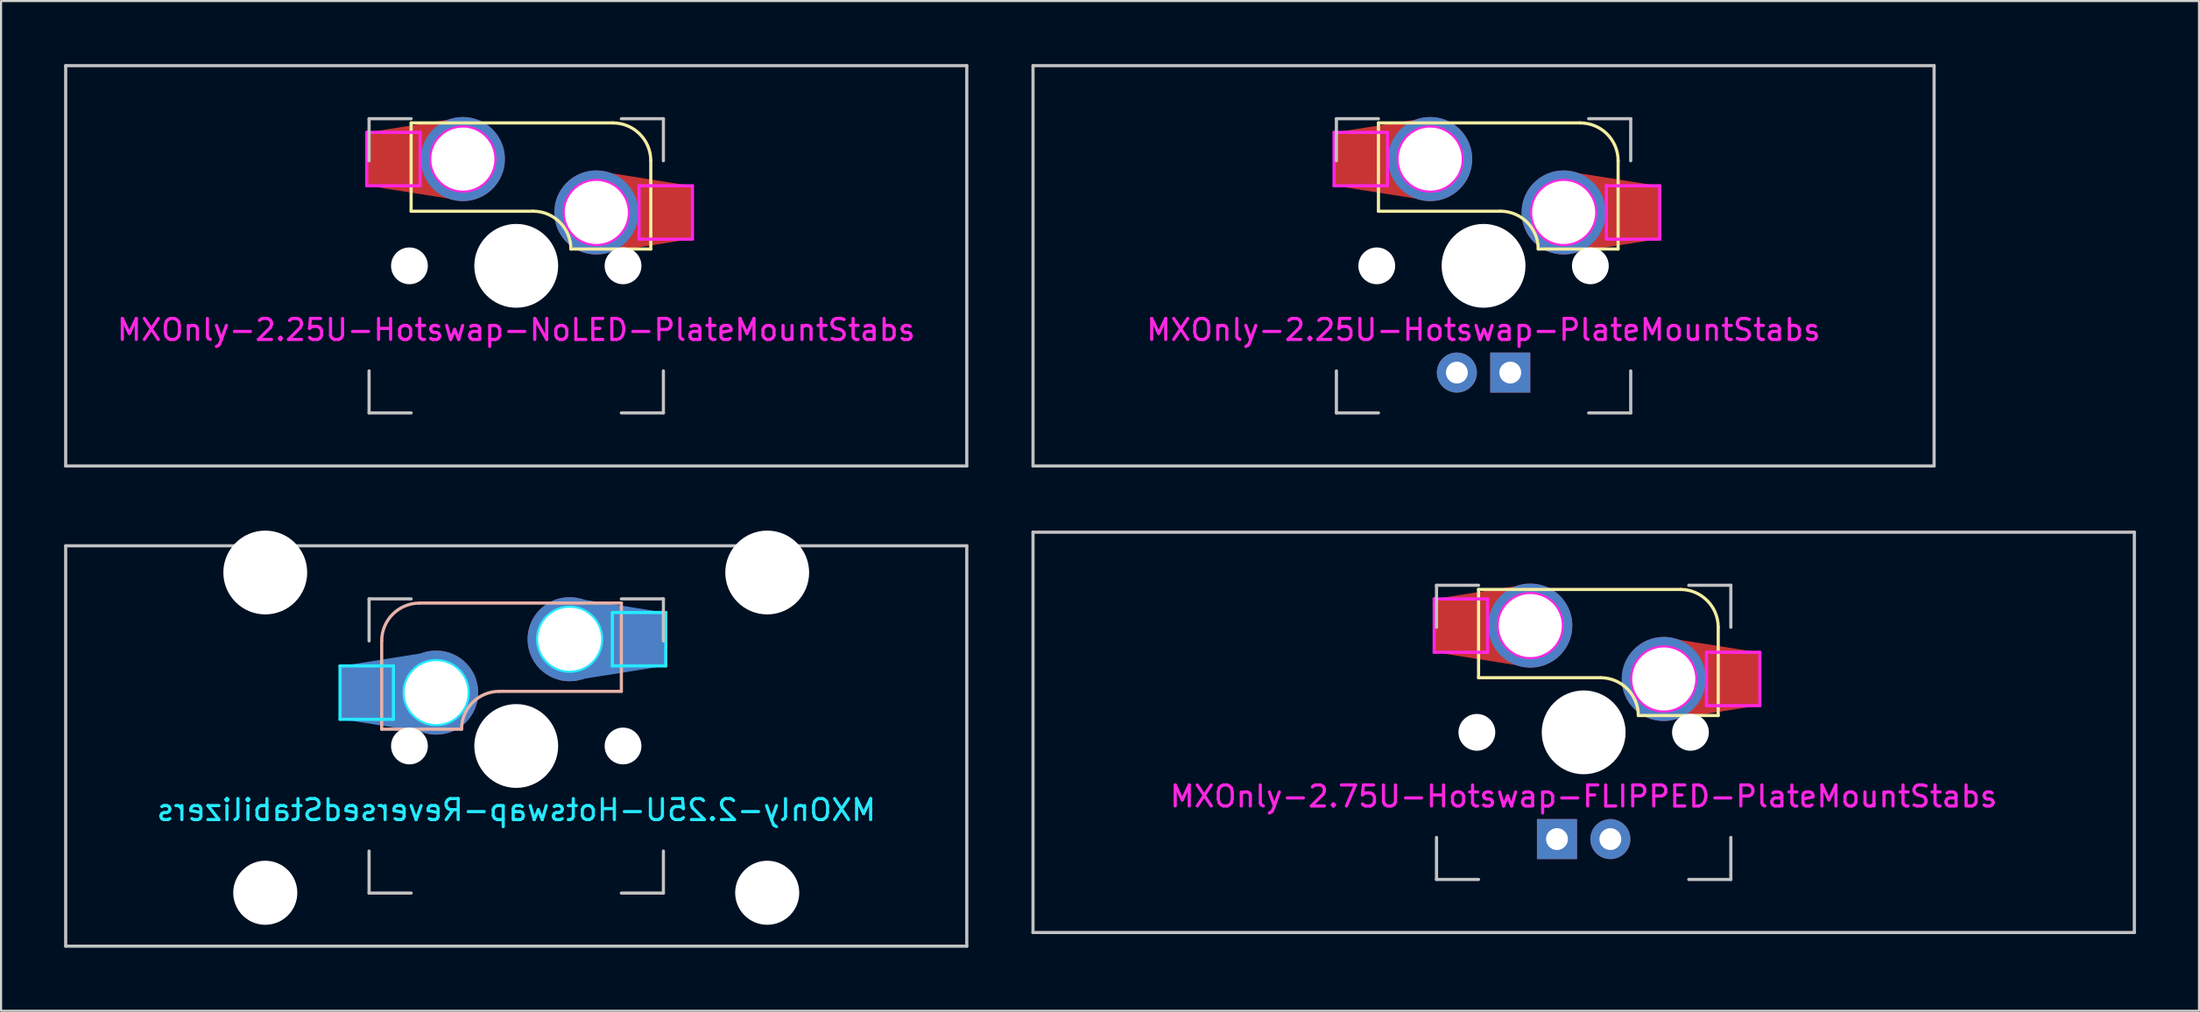
<source format=kicad_pcb>
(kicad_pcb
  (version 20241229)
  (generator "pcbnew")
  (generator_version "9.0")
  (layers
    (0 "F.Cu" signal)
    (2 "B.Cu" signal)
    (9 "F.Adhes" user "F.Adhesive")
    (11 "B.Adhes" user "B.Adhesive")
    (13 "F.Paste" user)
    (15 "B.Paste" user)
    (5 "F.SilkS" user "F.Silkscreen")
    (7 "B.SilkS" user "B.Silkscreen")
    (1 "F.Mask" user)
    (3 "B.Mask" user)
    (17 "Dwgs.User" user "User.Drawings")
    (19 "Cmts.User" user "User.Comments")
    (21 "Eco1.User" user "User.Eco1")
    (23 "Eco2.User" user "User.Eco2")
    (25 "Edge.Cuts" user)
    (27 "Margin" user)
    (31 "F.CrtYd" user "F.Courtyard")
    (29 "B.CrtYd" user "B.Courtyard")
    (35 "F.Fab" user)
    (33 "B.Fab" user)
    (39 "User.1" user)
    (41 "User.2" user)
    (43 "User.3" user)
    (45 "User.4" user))
  (footprint "MXOnly-2.75U-Hotswap-FLIPPED-PlateMountStabs"
    (layer "F.Cu")
    (at 72.281 31.8)
    (property "Reference" "MXOnly-2.75U-Hotswap-FLIPPED-PlateMountStabs" (at 0 3.048 180) (layer "F.CrtYd") (effects (font (size 1 1) (thickness 0.15))))
    (attr smd)
    (fp_line (start -5 -6.8) (end 4.6 -6.8) (stroke (width 0.15) (type solid)) (layer "F.SilkS"))
    (fp_line (start -5 -2.6) (end -5 -6.8) (stroke (width 0.15) (type solid)) (layer "F.SilkS"))
    (fp_line (start 0.8 -2.6) (end -5 -2.6) (stroke (width 0.15) (type solid)) (layer "F.SilkS"))
    (fp_line (start 6.4 -5) (end 6.4 -0.8) (stroke (width 0.15) (type solid)) (layer "F.SilkS"))
    (fp_line (start 6.4 -0.8) (end 2.6 -0.8) (stroke (width 0.15) (type solid)) (layer "F.SilkS"))
    (fp_arc (start 0.8 -2.6) (mid 2.072792 -2.072792) (end 2.6 -0.8) (stroke (width 0.15) (type solid)) (layer "F.SilkS"))
    (fp_arc (start 4.6 -6.8) (mid 5.872792 -6.272792) (end 6.4 -5) (stroke (width 0.15) (type solid)) (layer "F.SilkS"))
    (fp_poly (pts (xy -5.08 -3.493) (xy -7.112 -3.81) (xy -7.112 -6.35) (xy -5.08 -6.668)) (stroke (width 0.1) (type solid)) (fill yes) (layer "F.Paste"))
    (fp_poly (pts (xy 6.477 -4.064) (xy 8.509 -3.747) (xy 8.509 -1.206) (xy 6.477 -0.889)) (stroke (width 0.1) (type solid)) (fill yes) (layer "F.Paste"))
    (fp_line (start -26.194 -9.525) (end 26.194 -9.525) (stroke (width 0.15) (type solid)) (layer "Dwgs.User"))
    (fp_line (start -26.194 9.525) (end -26.194 -9.525) (stroke (width 0.15) (type solid)) (layer "Dwgs.User"))
    (fp_line (start -7 -7) (end -7 -5) (stroke (width 0.15) (type solid)) (layer "Dwgs.User"))
    (fp_line (start -7 7) (end -7 5) (stroke (width 0.15) (type solid)) (layer "Dwgs.User"))
    (fp_line (start -5 -7) (end -7 -7) (stroke (width 0.15) (type solid)) (layer "Dwgs.User"))
    (fp_line (start -5 7) (end -7 7) (stroke (width 0.15) (type solid)) (layer "Dwgs.User"))
    (fp_line (start 5 -7) (end 7 -7) (stroke (width 0.15) (type solid)) (layer "Dwgs.User"))
    (fp_line (start 7 -7) (end 7 -5) (stroke (width 0.15) (type solid)) (layer "Dwgs.User"))
    (fp_line (start 7 5) (end 7 7) (stroke (width 0.15) (type solid)) (layer "Dwgs.User"))
    (fp_line (start 7 7) (end 5 7) (stroke (width 0.15) (type solid)) (layer "Dwgs.User"))
    (fp_line (start 26.194 -9.525) (end 26.194 9.525) (stroke (width 0.15) (type solid)) (layer "Dwgs.User"))
    (fp_line (start 26.194 9.525) (end -26.194 9.525) (stroke (width 0.15) (type solid)) (layer "Dwgs.User"))
    (fp_line (start -7.112 -6.35) (end -7.112 -3.81) (stroke (width 0.15) (type solid)) (layer "F.CrtYd"))
    (fp_line (start -7.112 -3.81) (end -4.572 -3.81) (stroke (width 0.15) (type solid)) (layer "F.CrtYd"))
    (fp_line (start -4.572 -6.35) (end -7.112 -6.35) (stroke (width 0.15) (type solid)) (layer "F.CrtYd"))
    (fp_line (start -4.572 -3.81) (end -4.572 -6.35) (stroke (width 0.15) (type solid)) (layer "F.CrtYd"))
    (fp_line (start 5.842 -3.81) (end 5.842 -1.27) (stroke (width 0.15) (type solid)) (layer "F.CrtYd"))
    (fp_line (start 5.842 -1.27) (end 8.382 -1.27) (stroke (width 0.15) (type solid)) (layer "F.CrtYd"))
    (fp_line (start 8.382 -3.81) (end 5.842 -3.81) (stroke (width 0.15) (type solid)) (layer "F.CrtYd"))
    (fp_line (start 8.382 -1.27) (end 8.382 -3.81) (stroke (width 0.15) (type solid)) (layer "F.CrtYd"))
    (fp_circle (center -2.54 -5.08) (end -2.54 -6.604) (stroke (width 0.15) (type solid)) (fill no) (layer "F.CrtYd"))
    (fp_circle (center 3.81 -2.54) (end 3.81 -4.064) (stroke (width 0.15) (type solid)) (fill no) (layer "F.CrtYd"))
    (pad "" np_thru_hole circle (at -5.08 0 131.9) (size 1.75 1.75) (drill 1.75) (layers "*.Cu" "*.Mask"))
    (pad "" np_thru_hole circle (at 0 0 180) (size 3.988 3.988) (drill 3.988) (layers "*.Cu" "*.Mask"))
    (pad "" np_thru_hole circle (at 5.08 0 131.9) (size 1.75 1.75) (drill 1.75) (layers "*.Cu" "*.Mask"))
    (pad "1" thru_hole circle (at 3.81 -2.54 180) (size 4 4) (drill 3) (layers "*.Cu" "F.Mask"))
    (pad "1" smd custom (at 7.085 -2.54 180) (size 2.55 2.5) (layers "F.Cu" "F.Mask") (options (anchor rect)) (primitives (gr_poly (pts (xy -1.195 1.219) (xy 3.275 1.93) (xy 3.275 -1.93) (xy -1.195 -1.219)) (width 0.1) (fill yes))))
    (pad "2" smd custom (at -5.841 -5.08 180) (size 2.55 2.5) (layers "F.Cu" "F.Mask") (options (anchor rect)) (primitives (gr_poly (pts (xy 1.219 -1.219) (xy -3.251 -1.93) (xy -3.251 1.93) (xy 1.219 1.219)) (width 0.1) (fill yes))))
    (pad "2" thru_hole circle (at -2.54 -5.08 180) (size 4 4) (drill 3) (layers "*.Cu" "F.Mask"))
    (pad "3" thru_hole circle (at 1.27 5.08) (size 1.905 1.905) (drill 1.04) (layers "*.Cu" "B.Mask"))
    (pad "4" thru_hole rect (at -1.27 5.08) (size 1.905 1.905) (drill 1.04) (layers "*.Cu" "B.Mask")))
  (footprint "MXOnly-2.25U-Hotswap-ReversedStabilizers"
    (layer "F.Cu")
    (at 21.506 32.449)
    (property "Reference" "MXOnly-2.25U-Hotswap-ReversedStabilizers" (at 0 3.048 0) (layer "B.CrtYd") (effects (font (size 1 1) (thickness 0.15)) (justify mirror)))
    (attr smd)
    (fp_line (start -6.4 -5) (end -6.4 -0.8) (stroke (width 0.15) (type solid)) (layer "B.SilkS"))
    (fp_line (start -6.4 -0.8) (end -2.6 -0.8) (stroke (width 0.15) (type solid)) (layer "B.SilkS"))
    (fp_line (start -0.8 -2.6) (end 5 -2.6) (stroke (width 0.15) (type solid)) (layer "B.SilkS"))
    (fp_line (start 5 -6.8) (end -4.6 -6.8) (stroke (width 0.15) (type solid)) (layer "B.SilkS"))
    (fp_line (start 5 -2.6) (end 5 -6.8) (stroke (width 0.15) (type solid)) (layer "B.SilkS"))
    (fp_arc (start -6.4 -5) (mid -5.872792 -6.272792) (end -4.6 -6.8) (stroke (width 0.15) (type solid)) (layer "B.SilkS"))
    (fp_arc (start -2.6 -0.8) (mid -2.072792 -2.072792) (end -0.8 -2.6) (stroke (width 0.15) (type solid)) (layer "B.SilkS"))
    (fp_line (start -21.431 -9.525) (end 21.431 -9.525) (stroke (width 0.15) (type solid)) (layer "Dwgs.User"))
    (fp_line (start -21.431 9.525) (end -21.431 -9.525) (stroke (width 0.15) (type solid)) (layer "Dwgs.User"))
    (fp_line (start -7 -7) (end -7 -5) (stroke (width 0.15) (type solid)) (layer "Dwgs.User"))
    (fp_line (start -7 5) (end -7 7) (stroke (width 0.15) (type solid)) (layer "Dwgs.User"))
    (fp_line (start -7 7) (end -5 7) (stroke (width 0.15) (type solid)) (layer "Dwgs.User"))
    (fp_line (start -5 -7) (end -7 -7) (stroke (width 0.15) (type solid)) (layer "Dwgs.User"))
    (fp_line (start 5 -7) (end 7 -7) (stroke (width 0.15) (type solid)) (layer "Dwgs.User"))
    (fp_line (start 5 7) (end 7 7) (stroke (width 0.15) (type solid)) (layer "Dwgs.User"))
    (fp_line (start 7 -7) (end 7 -5) (stroke (width 0.15) (type solid)) (layer "Dwgs.User"))
    (fp_line (start 7 7) (end 7 5) (stroke (width 0.15) (type solid)) (layer "Dwgs.User"))
    (fp_line (start 21.431 -9.525) (end 21.431 9.525) (stroke (width 0.15) (type solid)) (layer "Dwgs.User"))
    (fp_line (start 21.431 9.525) (end -21.431 9.525) (stroke (width 0.15) (type solid)) (layer "Dwgs.User"))
    (fp_line (start -8.382 -3.81) (end -5.842 -3.81) (stroke (width 0.15) (type solid)) (layer "B.CrtYd"))
    (fp_line (start -8.382 -1.27) (end -8.382 -3.81) (stroke (width 0.15) (type solid)) (layer "B.CrtYd"))
    (fp_line (start -5.842 -3.81) (end -5.842 -1.27) (stroke (width 0.15) (type solid)) (layer "B.CrtYd"))
    (fp_line (start -5.842 -1.27) (end -8.382 -1.27) (stroke (width 0.15) (type solid)) (layer "B.CrtYd"))
    (fp_line (start 4.572 -6.35) (end 7.112 -6.35) (stroke (width 0.15) (type solid)) (layer "B.CrtYd"))
    (fp_line (start 4.572 -3.81) (end 4.572 -6.35) (stroke (width 0.15) (type solid)) (layer "B.CrtYd"))
    (fp_line (start 7.112 -6.35) (end 7.112 -3.81) (stroke (width 0.15) (type solid)) (layer "B.CrtYd"))
    (fp_line (start 7.112 -3.81) (end 4.572 -3.81) (stroke (width 0.15) (type solid)) (layer "B.CrtYd"))
    (fp_circle (center -3.81 -2.54) (end -3.81 -4.064) (stroke (width 0.15) (type solid)) (fill no) (layer "B.CrtYd"))
    (fp_circle (center 2.54 -5.08) (end 2.54 -6.604) (stroke (width 0.15) (type solid)) (fill no) (layer "B.CrtYd"))
    (pad "" np_thru_hole circle (at -11.938 -8.255) (size 3.988 3.988) (drill 3.988) (layers "*.Cu" "*.Mask"))
    (pad "" np_thru_hole circle (at -11.938 6.985) (size 3.048 3.048) (drill 3.048) (layers "*.Cu" "*.Mask"))
    (pad "" np_thru_hole circle (at -5.08 0 48.1) (size 1.75 1.75) (drill 1.75) (layers "*.Cu" "*.Mask"))
    (pad "" np_thru_hole circle (at 0 0) (size 3.988 3.988) (drill 3.988) (layers "*.Cu" "*.Mask"))
    (pad "" np_thru_hole circle (at 5.08 0 48.1) (size 1.75 1.75) (drill 1.75) (layers "*.Cu" "*.Mask"))
    (pad "" np_thru_hole circle (at 11.938 -8.255) (size 3.988 3.988) (drill 3.988) (layers "*.Cu" "*.Mask"))
    (pad "" np_thru_hole circle (at 11.938 6.985) (size 3.048 3.048) (drill 3.048) (layers "*.Cu" "*.Mask"))
    (pad "1" smd custom (at -7.085 -2.54) (size 2.55 2.5) (layers "B.Cu" "B.Mask" "B.Paste") (options (anchor rect)) (primitives (gr_poly (pts (xy -1.195 -1.219) (xy 3.275 -1.93) (xy 3.275 1.93) (xy -1.195 1.219)) (width 0.1) (fill yes))))
    (pad "1" thru_hole circle (at -3.81 -2.54) (size 4 4) (drill 3) (layers "*.Cu" "B.Mask"))
    (pad "2" thru_hole circle (at 2.54 -5.08) (size 4 4) (drill 3) (layers "*.Cu" "B.Mask"))
    (pad "2" smd custom (at 5.842 -5.08) (size 2.55 2.5) (layers "B.Cu" "B.Mask" "B.Paste") (options (anchor rect)) (primitives (gr_poly (pts (xy 1.219 1.219) (xy -3.251 1.93) (xy -3.251 -1.93) (xy 1.219 -1.219)) (width 0.1) (fill yes)))))
  (footprint "MXOnly-2.25U-Hotswap-PlateMountStabs"
    (layer "F.Cu")
    (at 67.519 9.6)
    (property "Reference" "MXOnly-2.25U-Hotswap-PlateMountStabs" (at 0 3.048 180) (layer "F.CrtYd") (effects (font (size 1 1) (thickness 0.15))))
    (attr smd)
    (fp_line (start -5 -6.8) (end 4.6 -6.8) (stroke (width 0.15) (type solid)) (layer "F.SilkS"))
    (fp_line (start -5 -2.6) (end -5 -6.8) (stroke (width 0.15) (type solid)) (layer "F.SilkS"))
    (fp_line (start 0.8 -2.6) (end -5 -2.6) (stroke (width 0.15) (type solid)) (layer "F.SilkS"))
    (fp_line (start 6.4 -5) (end 6.4 -0.8) (stroke (width 0.15) (type solid)) (layer "F.SilkS"))
    (fp_line (start 6.4 -0.8) (end 2.6 -0.8) (stroke (width 0.15) (type solid)) (layer "F.SilkS"))
    (fp_arc (start 0.8 -2.6) (mid 2.072792 -2.072792) (end 2.6 -0.8) (stroke (width 0.15) (type solid)) (layer "F.SilkS"))
    (fp_arc (start 4.6 -6.8) (mid 5.872792 -6.272792) (end 6.4 -5) (stroke (width 0.15) (type solid)) (layer "F.SilkS"))
    (fp_poly (pts (xy -5.08 -3.493) (xy -7.112 -3.81) (xy -7.112 -6.35) (xy -5.08 -6.668)) (stroke (width 0.1) (type solid)) (fill yes) (layer "F.Paste"))
    (fp_poly (pts (xy 6.477 -4.064) (xy 8.509 -3.747) (xy 8.509 -1.206) (xy 6.477 -0.889)) (stroke (width 0.1) (type solid)) (fill yes) (layer "F.Paste"))
    (fp_line (start -21.431 -9.525) (end 21.431 -9.525) (stroke (width 0.15) (type solid)) (layer "Dwgs.User"))
    (fp_line (start -21.431 9.525) (end -21.431 -9.525) (stroke (width 0.15) (type solid)) (layer "Dwgs.User"))
    (fp_line (start -7 -7) (end -7 -5) (stroke (width 0.15) (type solid)) (layer "Dwgs.User"))
    (fp_line (start -7 7) (end -7 5) (stroke (width 0.15) (type solid)) (layer "Dwgs.User"))
    (fp_line (start -5 -7) (end -7 -7) (stroke (width 0.15) (type solid)) (layer "Dwgs.User"))
    (fp_line (start -5 7) (end -7 7) (stroke (width 0.15) (type solid)) (layer "Dwgs.User"))
    (fp_line (start 5 -7) (end 7 -7) (stroke (width 0.15) (type solid)) (layer "Dwgs.User"))
    (fp_line (start 7 -7) (end 7 -5) (stroke (width 0.15) (type solid)) (layer "Dwgs.User"))
    (fp_line (start 7 5) (end 7 7) (stroke (width 0.15) (type solid)) (layer "Dwgs.User"))
    (fp_line (start 7 7) (end 5 7) (stroke (width 0.15) (type solid)) (layer "Dwgs.User"))
    (fp_line (start 21.431 -9.525) (end 21.431 9.525) (stroke (width 0.15) (type solid)) (layer "Dwgs.User"))
    (fp_line (start 21.431 9.525) (end -21.431 9.525) (stroke (width 0.15) (type solid)) (layer "Dwgs.User"))
    (fp_line (start -7.112 -6.35) (end -7.112 -3.81) (stroke (width 0.15) (type solid)) (layer "F.CrtYd"))
    (fp_line (start -7.112 -3.81) (end -4.572 -3.81) (stroke (width 0.15) (type solid)) (layer "F.CrtYd"))
    (fp_line (start -4.572 -6.35) (end -7.112 -6.35) (stroke (width 0.15) (type solid)) (layer "F.CrtYd"))
    (fp_line (start -4.572 -3.81) (end -4.572 -6.35) (stroke (width 0.15) (type solid)) (layer "F.CrtYd"))
    (fp_line (start 5.842 -3.81) (end 5.842 -1.27) (stroke (width 0.15) (type solid)) (layer "F.CrtYd"))
    (fp_line (start 5.842 -1.27) (end 8.382 -1.27) (stroke (width 0.15) (type solid)) (layer "F.CrtYd"))
    (fp_line (start 8.382 -3.81) (end 5.842 -3.81) (stroke (width 0.15) (type solid)) (layer "F.CrtYd"))
    (fp_line (start 8.382 -1.27) (end 8.382 -3.81) (stroke (width 0.15) (type solid)) (layer "F.CrtYd"))
    (fp_circle (center -2.54 -5.08) (end -2.54 -6.604) (stroke (width 0.15) (type solid)) (fill no) (layer "F.CrtYd"))
    (fp_circle (center 3.81 -2.54) (end 3.81 -4.064) (stroke (width 0.15) (type solid)) (fill no) (layer "F.CrtYd"))
    (pad "" np_thru_hole circle (at -5.08 0 131.9) (size 1.75 1.75) (drill 1.75) (layers "*.Cu" "*.Mask"))
    (pad "" np_thru_hole circle (at 0 0 180) (size 3.988 3.988) (drill 3.988) (layers "*.Cu" "*.Mask"))
    (pad "" np_thru_hole circle (at 5.08 0 131.9) (size 1.75 1.75) (drill 1.75) (layers "*.Cu" "*.Mask"))
    (pad "1" thru_hole circle (at 3.81 -2.54 180) (size 4 4) (drill 3) (layers "*.Cu" "F.Mask"))
    (pad "1" smd custom (at 7.085 -2.54 180) (size 2.55 2.5) (layers "F.Cu" "F.Mask") (options (anchor rect)) (primitives (gr_poly (pts (xy -1.195 1.219) (xy 3.275 1.93) (xy 3.275 -1.93) (xy -1.195 -1.219)) (width 0.1) (fill yes))))
    (pad "2" smd custom (at -5.841 -5.08 180) (size 2.55 2.5) (layers "F.Cu" "F.Mask") (options (anchor rect)) (primitives (gr_poly (pts (xy 1.219 -1.219) (xy -3.251 -1.93) (xy -3.251 1.93) (xy 1.219 1.219)) (width 0.1) (fill yes))))
    (pad "2" thru_hole circle (at -2.54 -5.08 180) (size 4 4) (drill 3) (layers "*.Cu" "F.Mask"))
    (pad "3" thru_hole circle (at -1.27 5.08) (size 1.905 1.905) (drill 1.04) (layers "*.Cu" "F.Mask"))
    (pad "4" thru_hole rect (at 1.27 5.08) (size 1.905 1.905) (drill 1.04) (layers "*.Cu" "F.Mask")))
  (footprint "MXOnly-2.25U-Hotswap-NoLED-PlateMountStabs"
    (layer "F.Cu")
    (at 21.506 9.6)
    (property "Reference" "MXOnly-2.25U-Hotswap-NoLED-PlateMountStabs" (at 0 3.048 180) (layer "F.CrtYd") (effects (font (size 1 1) (thickness 0.15))))
    (attr smd)
    (fp_line (start -5 -6.8) (end 4.6 -6.8) (stroke (width 0.15) (type solid)) (layer "F.SilkS"))
    (fp_line (start -5 -2.6) (end -5 -6.8) (stroke (width 0.15) (type solid)) (layer "F.SilkS"))
    (fp_line (start 0.8 -2.6) (end -5 -2.6) (stroke (width 0.15) (type solid)) (layer "F.SilkS"))
    (fp_line (start 6.4 -5) (end 6.4 -0.8) (stroke (width 0.15) (type solid)) (layer "F.SilkS"))
    (fp_line (start 6.4 -0.8) (end 2.6 -0.8) (stroke (width 0.15) (type solid)) (layer "F.SilkS"))
    (fp_arc (start 0.8 -2.6) (mid 2.072792 -2.072792) (end 2.6 -0.8) (stroke (width 0.15) (type solid)) (layer "F.SilkS"))
    (fp_arc (start 4.6 -6.8) (mid 5.872792 -6.272792) (end 6.4 -5) (stroke (width 0.15) (type solid)) (layer "F.SilkS"))
    (fp_poly (pts (xy -5.08 -3.493) (xy -7.112 -3.81) (xy -7.112 -6.35) (xy -5.08 -6.668)) (stroke (width 0.1) (type solid)) (fill yes) (layer "F.Paste"))
    (fp_poly (pts (xy 6.477 -4.064) (xy 8.509 -3.747) (xy 8.509 -1.206) (xy 6.477 -0.889)) (stroke (width 0.1) (type solid)) (fill yes) (layer "F.Paste"))
    (fp_line (start -21.431 -9.525) (end 21.431 -9.525) (stroke (width 0.15) (type solid)) (layer "Dwgs.User"))
    (fp_line (start -21.431 9.525) (end -21.431 -9.525) (stroke (width 0.15) (type solid)) (layer "Dwgs.User"))
    (fp_line (start -7 -7) (end -7 -5) (stroke (width 0.15) (type solid)) (layer "Dwgs.User"))
    (fp_line (start -7 7) (end -7 5) (stroke (width 0.15) (type solid)) (layer "Dwgs.User"))
    (fp_line (start -5 -7) (end -7 -7) (stroke (width 0.15) (type solid)) (layer "Dwgs.User"))
    (fp_line (start -5 7) (end -7 7) (stroke (width 0.15) (type solid)) (layer "Dwgs.User"))
    (fp_line (start 5 -7) (end 7 -7) (stroke (width 0.15) (type solid)) (layer "Dwgs.User"))
    (fp_line (start 7 -7) (end 7 -5) (stroke (width 0.15) (type solid)) (layer "Dwgs.User"))
    (fp_line (start 7 5) (end 7 7) (stroke (width 0.15) (type solid)) (layer "Dwgs.User"))
    (fp_line (start 7 7) (end 5 7) (stroke (width 0.15) (type solid)) (layer "Dwgs.User"))
    (fp_line (start 21.431 -9.525) (end 21.431 9.525) (stroke (width 0.15) (type solid)) (layer "Dwgs.User"))
    (fp_line (start 21.431 9.525) (end -21.431 9.525) (stroke (width 0.15) (type solid)) (layer "Dwgs.User"))
    (fp_line (start -7.112 -6.35) (end -7.112 -3.81) (stroke (width 0.15) (type solid)) (layer "F.CrtYd"))
    (fp_line (start -7.112 -3.81) (end -4.572 -3.81) (stroke (width 0.15) (type solid)) (layer "F.CrtYd"))
    (fp_line (start -4.572 -6.35) (end -7.112 -6.35) (stroke (width 0.15) (type solid)) (layer "F.CrtYd"))
    (fp_line (start -4.572 -3.81) (end -4.572 -6.35) (stroke (width 0.15) (type solid)) (layer "F.CrtYd"))
    (fp_line (start 5.842 -3.81) (end 5.842 -1.27) (stroke (width 0.15) (type solid)) (layer "F.CrtYd"))
    (fp_line (start 5.842 -1.27) (end 8.382 -1.27) (stroke (width 0.15) (type solid)) (layer "F.CrtYd"))
    (fp_line (start 8.382 -3.81) (end 5.842 -3.81) (stroke (width 0.15) (type solid)) (layer "F.CrtYd"))
    (fp_line (start 8.382 -1.27) (end 8.382 -3.81) (stroke (width 0.15) (type solid)) (layer "F.CrtYd"))
    (fp_circle (center -2.54 -5.08) (end -2.54 -6.604) (stroke (width 0.15) (type solid)) (fill no) (layer "F.CrtYd"))
    (fp_circle (center 3.81 -2.54) (end 3.81 -4.064) (stroke (width 0.15) (type solid)) (fill no) (layer "F.CrtYd"))
    (pad "" np_thru_hole circle (at -5.08 0 131.9) (size 1.75 1.75) (drill 1.75) (layers "*.Cu" "*.Mask"))
    (pad "" np_thru_hole circle (at 0 0 180) (size 3.988 3.988) (drill 3.988) (layers "*.Cu" "*.Mask"))
    (pad "" np_thru_hole circle (at 5.08 0 131.9) (size 1.75 1.75) (drill 1.75) (layers "*.Cu" "*.Mask"))
    (pad "1" thru_hole circle (at 3.81 -2.54 180) (size 4 4) (drill 3) (layers "*.Cu" "F.Mask"))
    (pad "1" smd custom (at 7.085 -2.54 180) (size 2.55 2.5) (layers "F.Cu" "F.Mask") (options (anchor rect)) (primitives (gr_poly (pts (xy -1.195 1.219) (xy 3.275 1.93) (xy 3.275 -1.93) (xy -1.195 -1.219)) (width 0.1) (fill yes))))
    (pad "2" smd custom (at -5.841 -5.08 180) (size 2.55 2.5) (layers "F.Cu" "F.Mask") (options (anchor rect)) (primitives (gr_poly (pts (xy 1.219 -1.219) (xy -3.251 -1.93) (xy -3.251 1.93) (xy 1.219 1.219)) (width 0.1) (fill yes))))
    (pad "2" thru_hole circle (at -2.54 -5.08 180) (size 4 4) (drill 3) (layers "*.Cu" "F.Mask")))
  (gr_rect
    (start -3 -3)
    (end 101.55 45.049)
    (stroke (width 0.1) (type default))
    (fill no)
    (layer "Edge.Cuts")))
</source>
